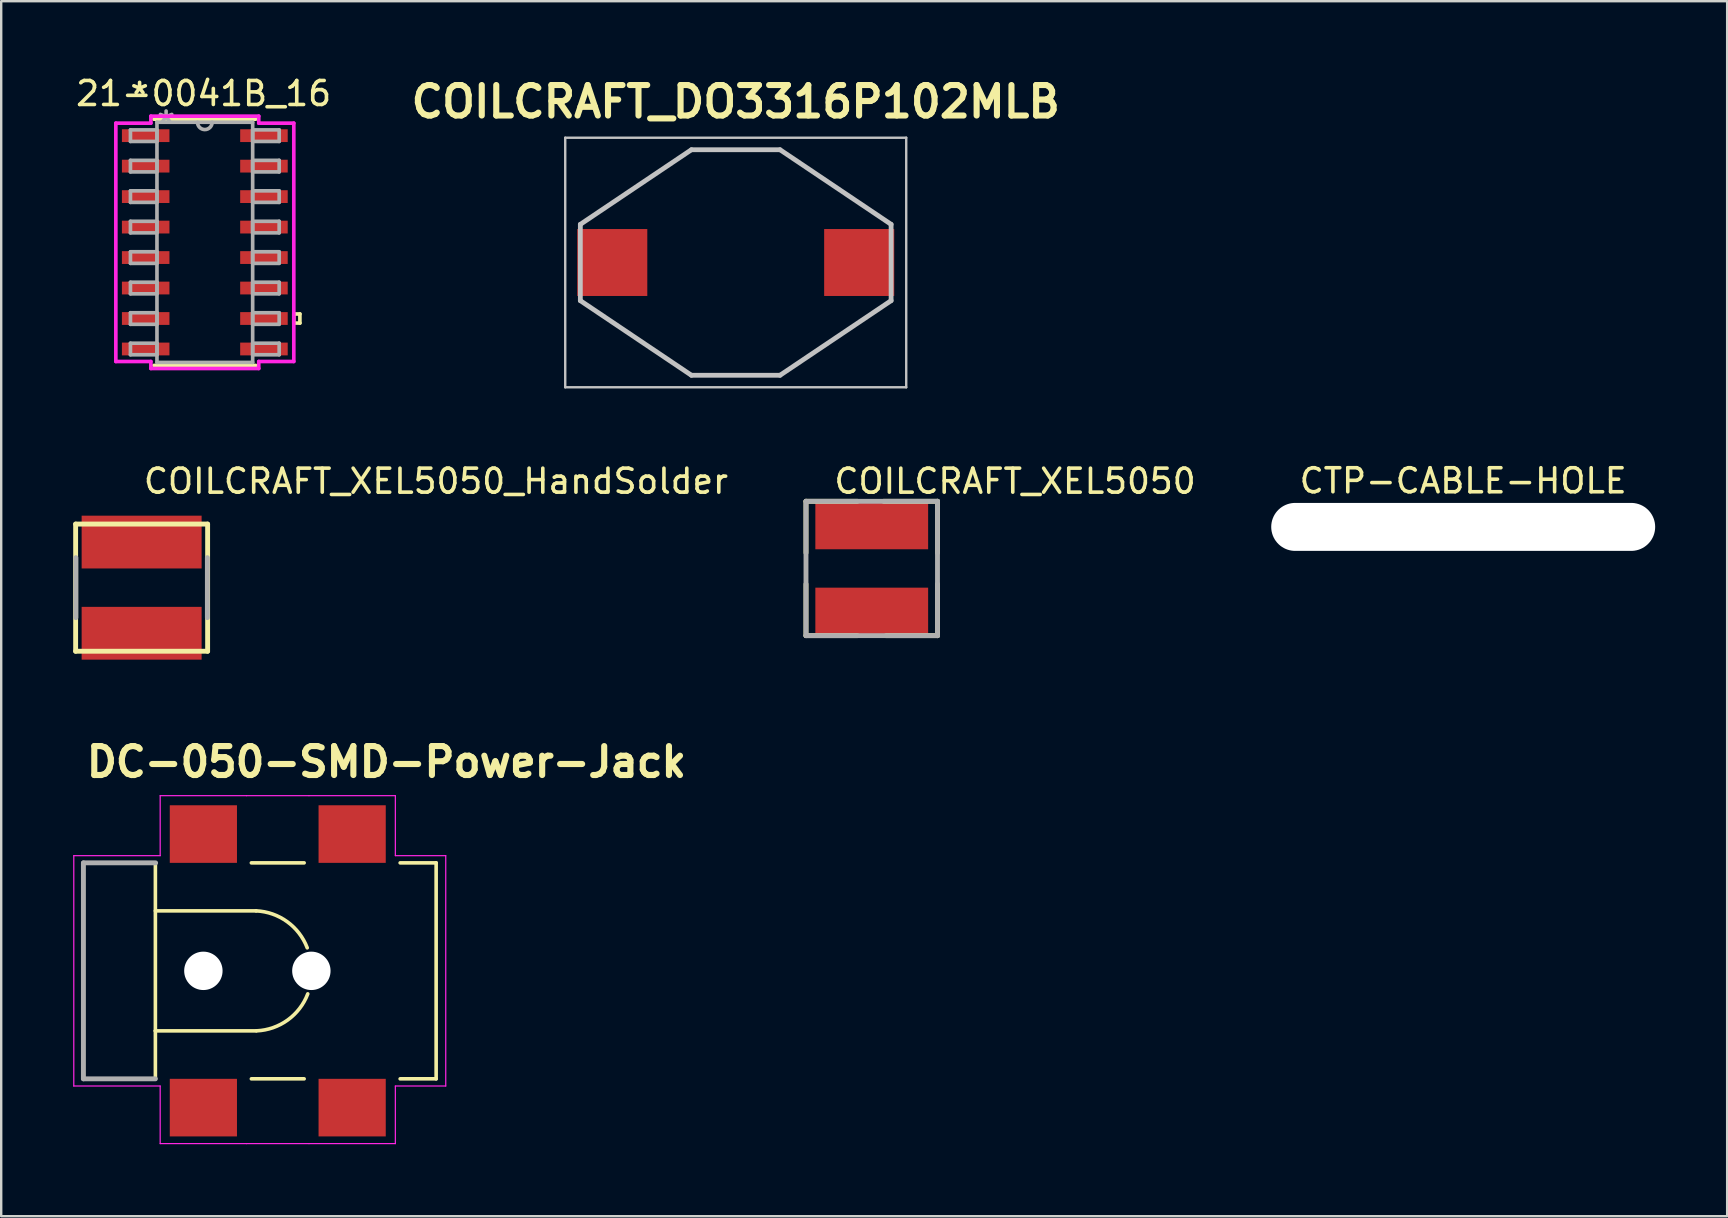
<source format=kicad_pcb>
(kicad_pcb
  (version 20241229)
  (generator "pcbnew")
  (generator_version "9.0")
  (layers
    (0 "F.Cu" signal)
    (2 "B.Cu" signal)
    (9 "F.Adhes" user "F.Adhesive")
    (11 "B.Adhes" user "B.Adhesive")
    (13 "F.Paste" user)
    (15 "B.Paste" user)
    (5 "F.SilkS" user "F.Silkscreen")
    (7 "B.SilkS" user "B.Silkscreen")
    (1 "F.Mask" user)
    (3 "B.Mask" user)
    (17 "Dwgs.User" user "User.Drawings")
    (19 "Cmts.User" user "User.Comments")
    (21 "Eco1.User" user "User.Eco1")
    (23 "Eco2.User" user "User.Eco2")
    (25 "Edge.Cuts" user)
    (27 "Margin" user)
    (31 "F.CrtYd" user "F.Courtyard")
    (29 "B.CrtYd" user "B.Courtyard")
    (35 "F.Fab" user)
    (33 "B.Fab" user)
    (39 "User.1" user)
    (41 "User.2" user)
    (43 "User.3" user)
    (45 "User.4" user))
  (footprint "COILCRAFT_XEL5050_HandSolder"
    (layer "F.Cu")
    (at 2.852 21.439)
    (property "Reference" "COILCRAFT_XEL5050_HandSolder" (at 0 -3.85 0) (layer "F.SilkS") (effects (font (size 1 1) (thickness 0.15)) (justify left bottom)))
    (attr through_hole)
    (fp_line (start -2.75 -2.65) (end 2.75 -2.65) (stroke (width 0.203) (type solid)) (layer "F.SilkS"))
    (fp_line (start -2.75 2.65) (end -2.75 -2.65) (stroke (width 0.203) (type solid)) (layer "F.SilkS"))
    (fp_line (start 2.75 -2.65) (end 2.75 2.65) (stroke (width 0.203) (type solid)) (layer "F.SilkS"))
    (fp_line (start 2.75 2.65) (end -2.75 2.65) (stroke (width 0.203) (type solid)) (layer "F.SilkS"))
    (fp_line (start -2.74 1.25) (end -2.74 -1.25) (stroke (width 0.203) (type solid)) (layer "F.Fab"))
    (fp_line (start 2.74 1.25) (end 2.74 -1.25) (stroke (width 0.203) (type solid)) (layer "F.Fab"))
    (pad "1" smd rect (at 0 -1.9) (size 5 2.2) (layers "F.Cu" "F.Mask" "F.Paste"))
    (pad "2" smd rect (at 0 1.9) (size 5 2.2) (layers "F.Cu" "F.Mask" "F.Paste")))
  (footprint "21-0041B_16"
    (layer "F.Cu")
    (at 5.485 7.048)
    (property "Reference" "21-0041B_16" (at -0.05 -6.2 0) (layer "F.SilkS") (effects (font (size 1 1) (thickness 0.15))))
    (attr through_hole)
    (fp_line (start -2.121 5.131) (end 2.121 5.131) (stroke (width 0.152) (type solid)) (layer "F.SilkS"))
    (fp_line (start 2.121 -5.131) (end -2.121 -5.131) (stroke (width 0.152) (type solid)) (layer "F.SilkS"))
    (fp_line (start 3.708 2.985) (end 3.962 2.985) (stroke (width 0.152) (type solid)) (layer "F.SilkS"))
    (fp_line (start 3.708 3.365) (end 3.708 2.985) (stroke (width 0.152) (type solid)) (layer "F.SilkS"))
    (fp_line (start 3.962 2.985) (end 3.962 3.365) (stroke (width 0.152) (type solid)) (layer "F.SilkS"))
    (fp_line (start 3.962 3.365) (end 3.708 3.365) (stroke (width 0.152) (type solid)) (layer "F.SilkS"))
    (fp_line (start -3.708 -4.966) (end -2.248 -4.966) (stroke (width 0.152) (type solid)) (layer "F.CrtYd"))
    (fp_line (start -3.708 4.966) (end -3.708 -4.966) (stroke (width 0.152) (type solid)) (layer "F.CrtYd"))
    (fp_line (start -2.248 -5.258) (end 2.248 -5.258) (stroke (width 0.152) (type solid)) (layer "F.CrtYd"))
    (fp_line (start -2.248 -4.966) (end -2.248 -5.258) (stroke (width 0.152) (type solid)) (layer "F.CrtYd"))
    (fp_line (start -2.248 4.966) (end -3.708 4.966) (stroke (width 0.152) (type solid)) (layer "F.CrtYd"))
    (fp_line (start -2.248 5.258) (end -2.248 4.966) (stroke (width 0.152) (type solid)) (layer "F.CrtYd"))
    (fp_line (start 2.248 -5.258) (end 2.248 -4.966) (stroke (width 0.152) (type solid)) (layer "F.CrtYd"))
    (fp_line (start 2.248 -4.966) (end 3.708 -4.966) (stroke (width 0.152) (type solid)) (layer "F.CrtYd"))
    (fp_line (start 2.248 4.966) (end 2.248 5.258) (stroke (width 0.152) (type solid)) (layer "F.CrtYd"))
    (fp_line (start 2.248 5.258) (end -2.248 5.258) (stroke (width 0.152) (type solid)) (layer "F.CrtYd"))
    (fp_line (start 3.708 -4.966) (end 3.708 4.966) (stroke (width 0.152) (type solid)) (layer "F.CrtYd"))
    (fp_line (start 3.708 4.966) (end 2.248 4.966) (stroke (width 0.152) (type solid)) (layer "F.CrtYd"))
    (fp_line (start -3.099 -4.686) (end -3.099 -4.204) (stroke (width 0.152) (type solid)) (layer "F.Fab"))
    (fp_line (start -3.099 -4.204) (end -1.994 -4.204) (stroke (width 0.152) (type solid)) (layer "F.Fab"))
    (fp_line (start -3.099 -3.416) (end -3.099 -2.934) (stroke (width 0.152) (type solid)) (layer "F.Fab"))
    (fp_line (start -3.099 -2.934) (end -1.994 -2.934) (stroke (width 0.152) (type solid)) (layer "F.Fab"))
    (fp_line (start -3.099 -2.146) (end -3.099 -1.664) (stroke (width 0.152) (type solid)) (layer "F.Fab"))
    (fp_line (start -3.099 -1.664) (end -1.994 -1.664) (stroke (width 0.152) (type solid)) (layer "F.Fab"))
    (fp_line (start -3.099 -0.876) (end -3.099 -0.394) (stroke (width 0.152) (type solid)) (layer "F.Fab"))
    (fp_line (start -3.099 -0.394) (end -1.994 -0.394) (stroke (width 0.152) (type solid)) (layer "F.Fab"))
    (fp_line (start -3.099 0.394) (end -3.099 0.876) (stroke (width 0.152) (type solid)) (layer "F.Fab"))
    (fp_line (start -3.099 0.876) (end -1.994 0.876) (stroke (width 0.152) (type solid)) (layer "F.Fab"))
    (fp_line (start -3.099 1.664) (end -3.099 2.146) (stroke (width 0.152) (type solid)) (layer "F.Fab"))
    (fp_line (start -3.099 2.146) (end -1.994 2.146) (stroke (width 0.152) (type solid)) (layer "F.Fab"))
    (fp_line (start -3.099 2.934) (end -3.099 3.416) (stroke (width 0.152) (type solid)) (layer "F.Fab"))
    (fp_line (start -3.099 3.416) (end -1.994 3.416) (stroke (width 0.152) (type solid)) (layer "F.Fab"))
    (fp_line (start -3.099 4.204) (end -3.099 4.686) (stroke (width 0.152) (type solid)) (layer "F.Fab"))
    (fp_line (start -3.099 4.686) (end -1.994 4.686) (stroke (width 0.152) (type solid)) (layer "F.Fab"))
    (fp_line (start -1.994 -5.004) (end -1.994 5.004) (stroke (width 0.152) (type solid)) (layer "F.Fab"))
    (fp_line (start -1.994 -4.686) (end -3.099 -4.686) (stroke (width 0.152) (type solid)) (layer "F.Fab"))
    (fp_line (start -1.994 -4.204) (end -1.994 -4.686) (stroke (width 0.152) (type solid)) (layer "F.Fab"))
    (fp_line (start -1.994 -3.416) (end -3.099 -3.416) (stroke (width 0.152) (type solid)) (layer "F.Fab"))
    (fp_line (start -1.994 -2.934) (end -1.994 -3.416) (stroke (width 0.152) (type solid)) (layer "F.Fab"))
    (fp_line (start -1.994 -2.146) (end -3.099 -2.146) (stroke (width 0.152) (type solid)) (layer "F.Fab"))
    (fp_line (start -1.994 -1.664) (end -1.994 -2.146) (stroke (width 0.152) (type solid)) (layer "F.Fab"))
    (fp_line (start -1.994 -0.876) (end -3.099 -0.876) (stroke (width 0.152) (type solid)) (layer "F.Fab"))
    (fp_line (start -1.994 -0.394) (end -1.994 -0.876) (stroke (width 0.152) (type solid)) (layer "F.Fab"))
    (fp_line (start -1.994 0.394) (end -3.099 0.394) (stroke (width 0.152) (type solid)) (layer "F.Fab"))
    (fp_line (start -1.994 0.876) (end -1.994 0.394) (stroke (width 0.152) (type solid)) (layer "F.Fab"))
    (fp_line (start -1.994 1.664) (end -3.099 1.664) (stroke (width 0.152) (type solid)) (layer "F.Fab"))
    (fp_line (start -1.994 2.146) (end -1.994 1.664) (stroke (width 0.152) (type solid)) (layer "F.Fab"))
    (fp_line (start -1.994 2.934) (end -3.099 2.934) (stroke (width 0.152) (type solid)) (layer "F.Fab"))
    (fp_line (start -1.994 3.416) (end -1.994 2.934) (stroke (width 0.152) (type solid)) (layer "F.Fab"))
    (fp_line (start -1.994 4.204) (end -3.099 4.204) (stroke (width 0.152) (type solid)) (layer "F.Fab"))
    (fp_line (start -1.994 4.686) (end -1.994 4.204) (stroke (width 0.152) (type solid)) (layer "F.Fab"))
    (fp_line (start -1.994 5.004) (end 1.994 5.004) (stroke (width 0.152) (type solid)) (layer "F.Fab"))
    (fp_line (start 1.994 -5.004) (end -1.994 -5.004) (stroke (width 0.152) (type solid)) (layer "F.Fab"))
    (fp_line (start 1.994 -4.686) (end 1.994 -4.204) (stroke (width 0.152) (type solid)) (layer "F.Fab"))
    (fp_line (start 1.994 -4.204) (end 3.099 -4.204) (stroke (width 0.152) (type solid)) (layer "F.Fab"))
    (fp_line (start 1.994 -3.416) (end 1.994 -2.934) (stroke (width 0.152) (type solid)) (layer "F.Fab"))
    (fp_line (start 1.994 -2.934) (end 3.099 -2.934) (stroke (width 0.152) (type solid)) (layer "F.Fab"))
    (fp_line (start 1.994 -2.146) (end 1.994 -1.664) (stroke (width 0.152) (type solid)) (layer "F.Fab"))
    (fp_line (start 1.994 -1.664) (end 3.099 -1.664) (stroke (width 0.152) (type solid)) (layer "F.Fab"))
    (fp_line (start 1.994 -0.876) (end 1.994 -0.394) (stroke (width 0.152) (type solid)) (layer "F.Fab"))
    (fp_line (start 1.994 -0.394) (end 3.099 -0.394) (stroke (width 0.152) (type solid)) (layer "F.Fab"))
    (fp_line (start 1.994 0.394) (end 1.994 0.876) (stroke (width 0.152) (type solid)) (layer "F.Fab"))
    (fp_line (start 1.994 0.876) (end 3.099 0.876) (stroke (width 0.152) (type solid)) (layer "F.Fab"))
    (fp_line (start 1.994 1.664) (end 1.994 2.146) (stroke (width 0.152) (type solid)) (layer "F.Fab"))
    (fp_line (start 1.994 2.146) (end 3.099 2.146) (stroke (width 0.152) (type solid)) (layer "F.Fab"))
    (fp_line (start 1.994 2.934) (end 1.994 3.416) (stroke (width 0.152) (type solid)) (layer "F.Fab"))
    (fp_line (start 1.994 3.416) (end 3.099 3.416) (stroke (width 0.152) (type solid)) (layer "F.Fab"))
    (fp_line (start 1.994 4.204) (end 1.994 4.686) (stroke (width 0.152) (type solid)) (layer "F.Fab"))
    (fp_line (start 1.994 4.686) (end 3.099 4.686) (stroke (width 0.152) (type solid)) (layer "F.Fab"))
    (fp_line (start 1.994 5.004) (end 1.994 -5.004) (stroke (width 0.152) (type solid)) (layer "F.Fab"))
    (fp_line (start 3.099 -4.686) (end 1.994 -4.686) (stroke (width 0.152) (type solid)) (layer "F.Fab"))
    (fp_line (start 3.099 -4.204) (end 3.099 -4.686) (stroke (width 0.152) (type solid)) (layer "F.Fab"))
    (fp_line (start 3.099 -3.416) (end 1.994 -3.416) (stroke (width 0.152) (type solid)) (layer "F.Fab"))
    (fp_line (start 3.099 -2.934) (end 3.099 -3.416) (stroke (width 0.152) (type solid)) (layer "F.Fab"))
    (fp_line (start 3.099 -2.146) (end 1.994 -2.146) (stroke (width 0.152) (type solid)) (layer "F.Fab"))
    (fp_line (start 3.099 -1.664) (end 3.099 -2.146) (stroke (width 0.152) (type solid)) (layer "F.Fab"))
    (fp_line (start 3.099 -0.876) (end 1.994 -0.876) (stroke (width 0.152) (type solid)) (layer "F.Fab"))
    (fp_line (start 3.099 -0.394) (end 3.099 -0.876) (stroke (width 0.152) (type solid)) (layer "F.Fab"))
    (fp_line (start 3.099 0.394) (end 1.994 0.394) (stroke (width 0.152) (type solid)) (layer "F.Fab"))
    (fp_line (start 3.099 0.876) (end 3.099 0.394) (stroke (width 0.152) (type solid)) (layer "F.Fab"))
    (fp_line (start 3.099 1.664) (end 1.994 1.664) (stroke (width 0.152) (type solid)) (layer "F.Fab"))
    (fp_line (start 3.099 2.146) (end 3.099 1.664) (stroke (width 0.152) (type solid)) (layer "F.Fab"))
    (fp_line (start 3.099 2.934) (end 1.994 2.934) (stroke (width 0.152) (type solid)) (layer "F.Fab"))
    (fp_line (start 3.099 3.416) (end 3.099 2.934) (stroke (width 0.152) (type solid)) (layer "F.Fab"))
    (fp_line (start 3.099 4.204) (end 1.994 4.204) (stroke (width 0.152) (type solid)) (layer "F.Fab"))
    (fp_line (start 3.099 4.686) (end 3.099 4.204) (stroke (width 0.152) (type solid)) (layer "F.Fab"))
    (fp_arc (start 0.3048 -5.0038) (mid 0 -4.699) (end -0.3048 -5.0038) (stroke (width 0.1524) (type solid)) (layer "F.Fab"))
    (fp_text user "*" (at -2.718 -6.121 0) (layer "F.SilkS") (effects (font (size 1 1) (thickness 0.15))))
    (fp_text user "*" (at -1.613 -4.928 0) (layer "F.Fab") (effects (font (size 1 1) (thickness 0.15))))
    (pad "1" smd rect (at -2.464 -4.445) (size 1.981 0.533) (layers "F.Cu" "F.Mask" "F.Paste"))
    (pad "2" smd rect (at -2.464 -3.175) (size 1.981 0.533) (layers "F.Cu" "F.Mask" "F.Paste"))
    (pad "3" smd rect (at -2.464 -1.905) (size 1.981 0.533) (layers "F.Cu" "F.Mask" "F.Paste"))
    (pad "4" smd rect (at -2.464 -0.635) (size 1.981 0.533) (layers "F.Cu" "F.Mask" "F.Paste"))
    (pad "5" smd rect (at -2.464 0.635) (size 1.981 0.533) (layers "F.Cu" "F.Mask" "F.Paste"))
    (pad "6" smd rect (at -2.464 1.905) (size 1.981 0.533) (layers "F.Cu" "F.Mask" "F.Paste"))
    (pad "7" smd rect (at -2.464 3.175) (size 1.981 0.533) (layers "F.Cu" "F.Mask" "F.Paste"))
    (pad "8" smd rect (at -2.464 4.445) (size 1.981 0.533) (layers "F.Cu" "F.Mask" "F.Paste"))
    (pad "9" smd rect (at 2.464 4.445) (size 1.981 0.533) (layers "F.Cu" "F.Mask" "F.Paste"))
    (pad "10" smd rect (at 2.464 3.175) (size 1.981 0.533) (layers "F.Cu" "F.Mask" "F.Paste"))
    (pad "11" smd rect (at 2.464 1.905) (size 1.981 0.533) (layers "F.Cu" "F.Mask" "F.Paste"))
    (pad "12" smd rect (at 2.464 0.635) (size 1.981 0.533) (layers "F.Cu" "F.Mask" "F.Paste"))
    (pad "13" smd rect (at 2.464 -0.635) (size 1.981 0.533) (layers "F.Cu" "F.Mask" "F.Paste"))
    (pad "14" smd rect (at 2.464 -1.905) (size 1.981 0.533) (layers "F.Cu" "F.Mask" "F.Paste"))
    (pad "15" smd rect (at 2.464 -3.175) (size 1.981 0.533) (layers "F.Cu" "F.Mask" "F.Paste"))
    (pad "16" smd rect (at 2.464 -4.445) (size 1.981 0.533) (layers "F.Cu" "F.Mask" "F.Paste")))
  (footprint "CTP-CABLE-HOLE"
    (layer "F.Cu")
    (at 57.924 18.907)
    (property "Reference" "CTP-CABLE-HOLE" (at 0 -1.92 0) (layer "F.SilkS") (effects (font (size 1 1) (thickness 0.15))))
    (attr through_hole)
    (pad "" np_thru_hole oval (at 0 0) (size 16 2) (drill oval 16 2) (layers "*.Cu" "*.Mask")))
  (footprint "DC-050-SMD-Power-Jack"
    (layer "F.Cu")
    (at 0.425 37.407)
    (property "Reference" "DC-050-SMD-Power-Jack" (at 0 -8 0) (layer "F.SilkS") (effects (font (size 1.206 1.206) (thickness 0.254)) (justify left bottom)))
    (attr through_hole)
    (fp_line (start 0 -4.5) (end 0 4.5) (stroke (width 0.15) (type solid)) (layer "F.SilkS"))
    (fp_line (start 0 -4.5) (end 3 -4.5) (stroke (width 0.15) (type solid)) (layer "F.SilkS"))
    (fp_line (start 3 -4.5) (end 3 -2.5) (stroke (width 0.15) (type solid)) (layer "F.SilkS"))
    (fp_line (start 3 -2.5) (end 3 2.5) (stroke (width 0.15) (type solid)) (layer "F.SilkS"))
    (fp_line (start 3 2.5) (end 3 4.5) (stroke (width 0.15) (type solid)) (layer "F.SilkS"))
    (fp_line (start 3 4.5) (end 0 4.5) (stroke (width 0.15) (type solid)) (layer "F.SilkS"))
    (fp_line (start 3.02 -2.5) (end 7.196 -2.5) (stroke (width 0.15) (type solid)) (layer "F.SilkS"))
    (fp_line (start 7 -4.5) (end 9.2 -4.5) (stroke (width 0.15) (type solid)) (layer "F.SilkS"))
    (fp_line (start 7.196 2.5) (end 3 2.5) (stroke (width 0.15) (type solid)) (layer "F.SilkS"))
    (fp_line (start 9.2 4.5) (end 7 4.5) (stroke (width 0.15) (type solid)) (layer "F.SilkS"))
    (fp_line (start 13.2 -4.5) (end 14.7 -4.5) (stroke (width 0.15) (type solid)) (layer "F.SilkS"))
    (fp_line (start 14.7 -4.5) (end 14.7 4.5) (stroke (width 0.15) (type solid)) (layer "F.SilkS"))
    (fp_line (start 14.7 4.5) (end 13.2 4.5) (stroke (width 0.15) (type solid)) (layer "F.SilkS"))
    (fp_arc (start 7.196 -2.5) (mid 8.492243 -2.048341) (end 9.327682 -0.959175) (stroke (width 0.15) (type solid)) (layer "F.SilkS"))
    (fp_arc (start 9.350296 0.959175) (mid 8.514857 2.048342) (end 7.218614 2.5) (stroke (width 0.15) (type solid)) (layer "F.SilkS"))
    (fp_line (start -0.4 -4.8) (end 3.2 -4.8) (stroke (width 0.05) (type solid)) (layer "F.CrtYd"))
    (fp_line (start -0.4 4.8) (end -0.4 -4.8) (stroke (width 0.05) (type solid)) (layer "F.CrtYd"))
    (fp_line (start 3.2 -7.3) (end 6.8 -7.3) (stroke (width 0.05) (type solid)) (layer "F.CrtYd"))
    (fp_line (start 3.2 -4.8) (end 3.2 -7.3) (stroke (width 0.05) (type solid)) (layer "F.CrtYd"))
    (fp_line (start 3.2 4.8) (end -0.4 4.8) (stroke (width 0.05) (type solid)) (layer "F.CrtYd"))
    (fp_line (start 3.2 7.2) (end 3.2 4.8) (stroke (width 0.05) (type solid)) (layer "F.CrtYd"))
    (fp_line (start 6.8 -7.3) (end 9.4 -7.3) (stroke (width 0.05) (type solid)) (layer "F.CrtYd"))
    (fp_line (start 6.8 7.2) (end 3.2 7.2) (stroke (width 0.05) (type solid)) (layer "F.CrtYd"))
    (fp_line (start 9.4 -7.3) (end 13 -7.3) (stroke (width 0.05) (type solid)) (layer "F.CrtYd"))
    (fp_line (start 9.4 7.2) (end 6.8 7.2) (stroke (width 0.05) (type solid)) (layer "F.CrtYd"))
    (fp_line (start 13 -7.3) (end 13 -4.8) (stroke (width 0.05) (type solid)) (layer "F.CrtYd"))
    (fp_line (start 13 -4.8) (end 15.1 -4.8) (stroke (width 0.05) (type solid)) (layer "F.CrtYd"))
    (fp_line (start 13 4.8) (end 13 7.2) (stroke (width 0.05) (type solid)) (layer "F.CrtYd"))
    (fp_line (start 13 7.2) (end 9.4 7.2) (stroke (width 0.05) (type solid)) (layer "F.CrtYd"))
    (fp_line (start 15.1 -4.8) (end 15.1 4.8) (stroke (width 0.05) (type solid)) (layer "F.CrtYd"))
    (fp_line (start 15.1 4.8) (end 13 4.8) (stroke (width 0.05) (type solid)) (layer "F.CrtYd"))
    (fp_line (start 0 -4.5) (end 0 4.5) (stroke (width 0.203) (type solid)) (layer "F.Fab"))
    (fp_line (start 0.006 -4.5) (end 3.01 -4.5) (stroke (width 0.203) (type solid)) (layer "F.Fab"))
    (fp_line (start 3 4.5) (end 0.006 4.5) (stroke (width 0.203) (type solid)) (layer "F.Fab"))
    (pad "" np_thru_hole circle (at 5 0) (size 1.6 1.6) (drill 1.6) (layers "*.Cu" "*.Mask"))
    (pad "" np_thru_hole circle (at 9.5 0) (size 1.6 1.6) (drill 1.6) (layers "*.Cu" "*.Mask"))
    (pad "1" smd rect (at 5 -5.7) (size 2.8 2.4) (layers "F.Cu" "F.Mask" "F.Paste"))
    (pad "2" smd rect (at 5 5.7) (size 2.8 2.4) (layers "F.Cu" "F.Mask" "F.Paste"))
    (pad "3" smd rect (at 11.2 5.7) (size 2.8 2.4) (layers "F.Cu" "F.Mask" "F.Paste"))
    (pad "4" smd rect (at 11.2 -5.7) (size 2.8 2.4) (layers "F.Cu" "F.Mask" "F.Paste")))
  (footprint "COILCRAFT_XEL5050"
    (layer "F.Cu")
    (at 33.277 20.639)
    (property "Reference" "COILCRAFT_XEL5050" (at -1.65 -3.05 0) (layer "F.SilkS") (effects (font (size 1 1) (thickness 0.15)) (justify left bottom)))
    (attr through_hole)
    (fp_line (start -2.74 -2.8) (end -0.6 -2.8) (stroke (width 0.203) (type solid)) (layer "F.SilkS"))
    (fp_line (start -2.74 -0.65) (end -2.74 -2.8) (stroke (width 0.203) (type solid)) (layer "F.SilkS"))
    (fp_line (start -2.74 2.8) (end -2.74 0.65) (stroke (width 0.203) (type solid)) (layer "F.SilkS"))
    (fp_line (start -2.74 2.8) (end -0.6 2.8) (stroke (width 0.203) (type solid)) (layer "F.SilkS"))
    (fp_line (start 0.5 -2.8) (end 2.74 -2.8) (stroke (width 0.203) (type solid)) (layer "F.SilkS"))
    (fp_line (start 0.6 2.8) (end 2.74 2.8) (stroke (width 0.203) (type solid)) (layer "F.SilkS"))
    (fp_line (start 2.74 -0.65) (end 2.74 -2.8) (stroke (width 0.203) (type solid)) (layer "F.SilkS"))
    (fp_line (start 2.74 2.8) (end 2.74 0.65) (stroke (width 0.203) (type solid)) (layer "F.SilkS"))
    (fp_line (start -2.74 -2.8) (end -2.74 2.8) (stroke (width 0.203) (type solid)) (layer "F.Fab"))
    (fp_line (start 2.74 -2.8) (end -2.74 -2.8) (stroke (width 0.203) (type solid)) (layer "F.Fab"))
    (fp_line (start 2.74 2.8) (end -2.74 2.8) (stroke (width 0.203) (type solid)) (layer "F.Fab"))
    (fp_line (start 2.74 2.8) (end 2.74 -2.8) (stroke (width 0.203) (type solid)) (layer "F.Fab"))
    (pad "1" smd rect (at 0 -1.8) (size 4.7 2) (layers "F.Cu" "F.Mask" "F.Paste"))
    (pad "2" smd rect (at 0 1.8) (size 4.7 2) (layers "F.Cu" "F.Mask" "F.Paste")))
  (footprint "COILCRAFT_DO3316P102MLB"
    (layer "F.Cu")
    (at 27.609 7.889)
    (property "Reference" "COILCRAFT_DO3316P102MLB" (at 0 -6.7 0) (layer "F.SilkS") (effects (font (size 1.27 1.27) (thickness 0.254))))
    (attr smd)
    (fp_line (start -5.08 -2.54) (end -1.845 -4.7) (stroke (width 0.1) (type solid)) (layer "F.SilkS"))
    (fp_line (start -5.08 2.54) (end -1.845 4.7) (stroke (width 0.1) (type solid)) (layer "F.SilkS"))
    (fp_line (start -1.845 -4.7) (end 1.845 -4.7) (stroke (width 0.1) (type solid)) (layer "F.SilkS"))
    (fp_line (start -1.845 4.7) (end 1.845 4.7) (stroke (width 0.1) (type solid)) (layer "F.SilkS"))
    (fp_line (start 1.845 -4.7) (end 5.08 -2.54) (stroke (width 0.1) (type solid)) (layer "F.SilkS"))
    (fp_line (start 1.845 4.7) (end 5.08 2.54) (stroke (width 0.1) (type solid)) (layer "F.SilkS"))
    (fp_line (start -7.105 -5.2) (end 7.105 -5.2) (stroke (width 0.1) (type solid)) (layer "Dwgs.User"))
    (fp_line (start -7.105 5.2) (end -7.105 -5.2) (stroke (width 0.1) (type solid)) (layer "Dwgs.User"))
    (fp_line (start -6.475 -1.59) (end -6.475 1.59) (stroke (width 0.2) (type solid)) (layer "Dwgs.User"))
    (fp_line (start -6.475 -1.59) (end -1.845 -4.7) (stroke (width 0.2) (type solid)) (layer "Dwgs.User"))
    (fp_line (start -6.475 1.59) (end -1.845 4.7) (stroke (width 0.2) (type solid)) (layer "Dwgs.User"))
    (fp_line (start -1.845 -4.7) (end 1.845 -4.7) (stroke (width 0.2) (type solid)) (layer "Dwgs.User"))
    (fp_line (start -1.845 4.7) (end 1.845 4.7) (stroke (width 0.2) (type solid)) (layer "Dwgs.User"))
    (fp_line (start 1.845 -4.7) (end 6.475 -1.59) (stroke (width 0.2) (type solid)) (layer "Dwgs.User"))
    (fp_line (start 1.845 4.7) (end 6.475 1.59) (stroke (width 0.2) (type solid)) (layer "Dwgs.User"))
    (fp_line (start 6.475 -1.59) (end 6.475 1.59) (stroke (width 0.2) (type solid)) (layer "Dwgs.User"))
    (fp_line (start 7.105 -5.2) (end 7.105 5.2) (stroke (width 0.1) (type solid)) (layer "Dwgs.User"))
    (fp_line (start 7.105 5.2) (end -7.105 5.2) (stroke (width 0.1) (type solid)) (layer "Dwgs.User"))
    (pad "1" smd rect (at -5.145 0 90) (size 2.79 2.92) (layers "F.Cu" "F.Mask" "F.Paste"))
    (pad "2" smd rect (at 5.145 0 90) (size 2.79 2.92) (layers "F.Cu" "F.Mask" "F.Paste")))
  (gr_rect
    (start -3 -3)
    (end 68.924 47.632)
    (stroke (width 0.1) (type default))
    (fill no)
    (layer "Edge.Cuts")))
</source>
